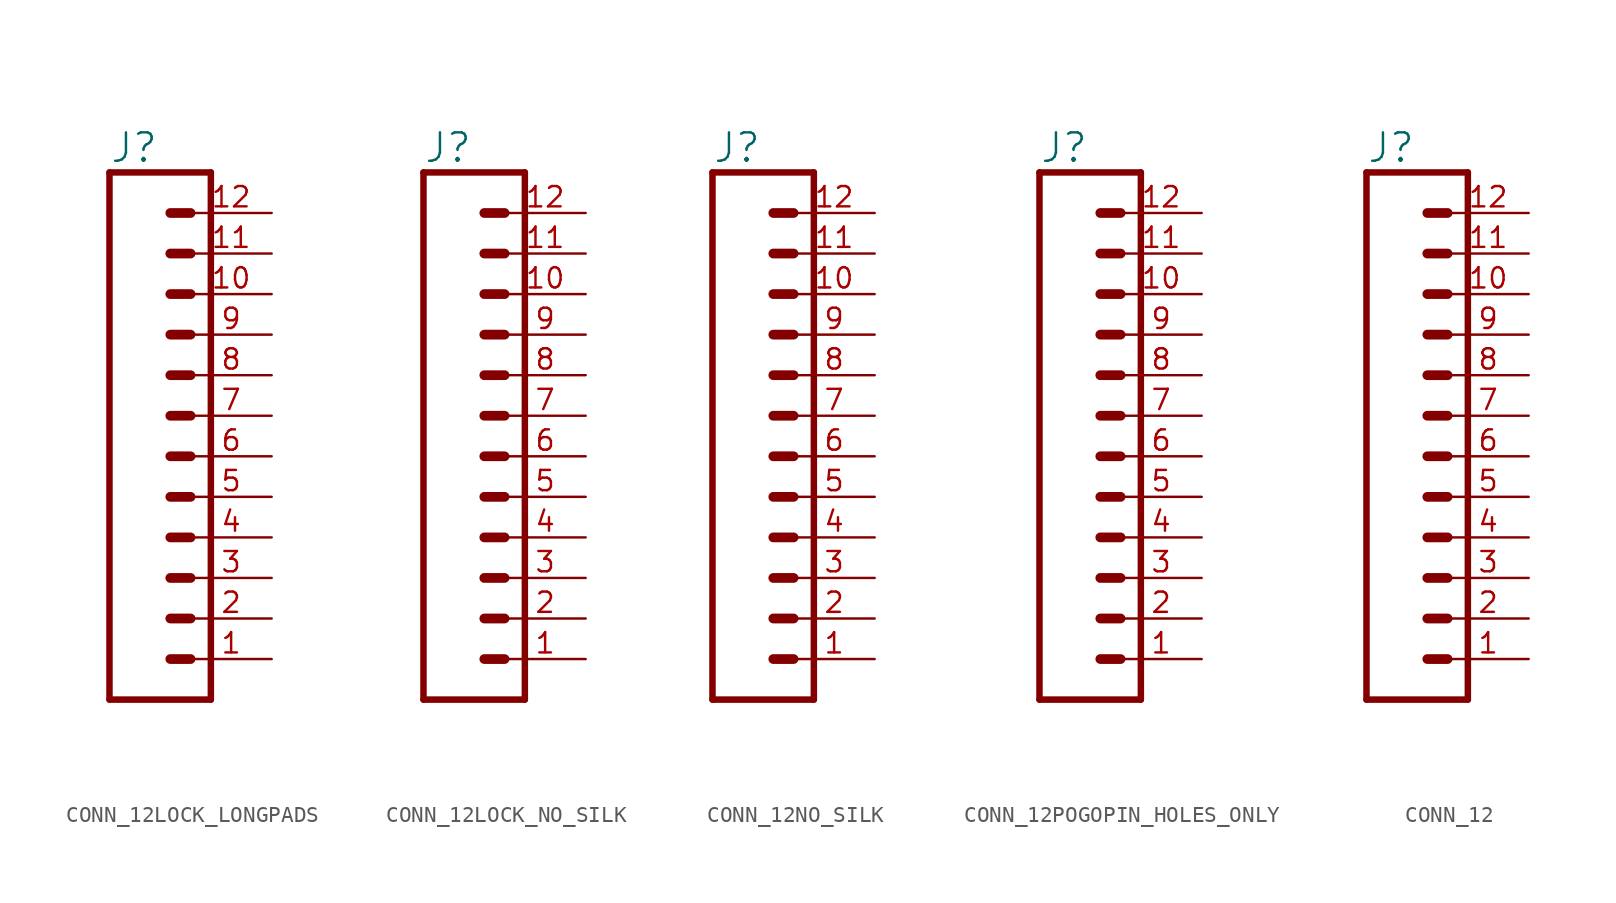
<source format=kicad_sym>
(kicad_symbol_lib
  (version 20231120)
  (generator "kicad_symbol_editor")
  (generator_version "8.0")
  (symbol "CONN_12LOCK_LONGPADS"
    (property "Reference" "J"
      (at 0 15.748 0)
      (effects (font (size 1.778 1.778)) (justify left bottom)))
    (property "Value" ""
      (at 0 -20.066 0)
      (effects (font (size 1.778 1.778)) (justify left bottom)))
    (property "ki_locked" ""
      (at 0 0 0)
      (effects (font (size 1.27 1.27))))
    (symbol "CONN_12LOCK_LONGPADS_1_0"
      (polyline (pts (xy 0 15.24) (xy 0 -17.78)) (stroke (width 0.406) (type solid)) (fill (type none)))
      (polyline (pts (xy 0 15.24) (xy 6.35 15.24)) (stroke (width 0.406) (type solid)) (fill (type none)))
      (polyline (pts (xy 3.81 -15.24) (xy 5.08 -15.24)) (stroke (width 0.61) (type solid)) (fill (type none)))
      (polyline (pts (xy 3.81 -12.7) (xy 5.08 -12.7)) (stroke (width 0.61) (type solid)) (fill (type none)))
      (polyline (pts (xy 3.81 -10.16) (xy 5.08 -10.16)) (stroke (width 0.61) (type solid)) (fill (type none)))
      (polyline (pts (xy 3.81 -7.62) (xy 5.08 -7.62)) (stroke (width 0.61) (type solid)) (fill (type none)))
      (polyline (pts (xy 3.81 -5.08) (xy 5.08 -5.08)) (stroke (width 0.61) (type solid)) (fill (type none)))
      (polyline (pts (xy 3.81 -2.54) (xy 5.08 -2.54)) (stroke (width 0.61) (type solid)) (fill (type none)))
      (polyline (pts (xy 3.81 0) (xy 5.08 0)) (stroke (width 0.61) (type solid)) (fill (type none)))
      (polyline (pts (xy 3.81 2.54) (xy 5.08 2.54)) (stroke (width 0.61) (type solid)) (fill (type none)))
      (polyline (pts (xy 3.81 5.08) (xy 5.08 5.08)) (stroke (width 0.61) (type solid)) (fill (type none)))
      (polyline (pts (xy 3.81 7.62) (xy 5.08 7.62)) (stroke (width 0.61) (type solid)) (fill (type none)))
      (polyline (pts (xy 3.81 10.16) (xy 5.08 10.16)) (stroke (width 0.61) (type solid)) (fill (type none)))
      (polyline (pts (xy 3.81 12.7) (xy 5.08 12.7)) (stroke (width 0.61) (type solid)) (fill (type none)))
      (polyline (pts (xy 6.35 -17.78) (xy 0 -17.78)) (stroke (width 0.406) (type solid)) (fill (type none)))
      (polyline (pts (xy 6.35 -17.78) (xy 6.35 15.24)) (stroke (width 0.406) (type solid)) (fill (type none)))
      (pin passive line (at 10.16 -15.24 180) (length 5.08) (name "1" (effects (font (size 0 0)))) (number "1" (effects (font (size 1.27 1.27)))))
      (pin passive line (at 10.16 7.62 180) (length 5.08) (name "10" (effects (font (size 0 0)))) (number "10" (effects (font (size 1.27 1.27)))))
      (pin passive line (at 10.16 10.16 180) (length 5.08) (name "11" (effects (font (size 0 0)))) (number "11" (effects (font (size 1.27 1.27)))))
      (pin passive line (at 10.16 12.7 180) (length 5.08) (name "12" (effects (font (size 0 0)))) (number "12" (effects (font (size 1.27 1.27)))))
      (pin passive line (at 10.16 -12.7 180) (length 5.08) (name "2" (effects (font (size 0 0)))) (number "2" (effects (font (size 1.27 1.27)))))
      (pin passive line (at 10.16 -10.16 180) (length 5.08) (name "3" (effects (font (size 0 0)))) (number "3" (effects (font (size 1.27 1.27)))))
      (pin passive line (at 10.16 -7.62 180) (length 5.08) (name "4" (effects (font (size 0 0)))) (number "4" (effects (font (size 1.27 1.27)))))
      (pin passive line (at 10.16 -5.08 180) (length 5.08) (name "5" (effects (font (size 0 0)))) (number "5" (effects (font (size 1.27 1.27)))))
      (pin passive line (at 10.16 -2.54 180) (length 5.08) (name "6" (effects (font (size 0 0)))) (number "6" (effects (font (size 1.27 1.27)))))
      (pin passive line (at 10.16 0 180) (length 5.08) (name "7" (effects (font (size 0 0)))) (number "7" (effects (font (size 1.27 1.27)))))
      (pin passive line (at 10.16 2.54 180) (length 5.08) (name "8" (effects (font (size 0 0)))) (number "8" (effects (font (size 1.27 1.27)))))
      (pin passive line (at 10.16 5.08 180) (length 5.08) (name "9" (effects (font (size 0 0)))) (number "9" (effects (font (size 1.27 1.27)))))))
  (symbol "CONN_12LOCK_NO_SILK"
    (property "Reference" "J"
      (at 0 15.748 0)
      (effects (font (size 1.778 1.778)) (justify left bottom)))
    (property "Value" ""
      (at 0 -20.066 0)
      (effects (font (size 1.778 1.778)) (justify left bottom)))
    (property "ki_locked" ""
      (at 0 0 0)
      (effects (font (size 1.27 1.27))))
    (symbol "CONN_12LOCK_NO_SILK_1_0"
      (polyline (pts (xy 0 15.24) (xy 0 -17.78)) (stroke (width 0.406) (type solid)) (fill (type none)))
      (polyline (pts (xy 0 15.24) (xy 6.35 15.24)) (stroke (width 0.406) (type solid)) (fill (type none)))
      (polyline (pts (xy 3.81 -15.24) (xy 5.08 -15.24)) (stroke (width 0.61) (type solid)) (fill (type none)))
      (polyline (pts (xy 3.81 -12.7) (xy 5.08 -12.7)) (stroke (width 0.61) (type solid)) (fill (type none)))
      (polyline (pts (xy 3.81 -10.16) (xy 5.08 -10.16)) (stroke (width 0.61) (type solid)) (fill (type none)))
      (polyline (pts (xy 3.81 -7.62) (xy 5.08 -7.62)) (stroke (width 0.61) (type solid)) (fill (type none)))
      (polyline (pts (xy 3.81 -5.08) (xy 5.08 -5.08)) (stroke (width 0.61) (type solid)) (fill (type none)))
      (polyline (pts (xy 3.81 -2.54) (xy 5.08 -2.54)) (stroke (width 0.61) (type solid)) (fill (type none)))
      (polyline (pts (xy 3.81 0) (xy 5.08 0)) (stroke (width 0.61) (type solid)) (fill (type none)))
      (polyline (pts (xy 3.81 2.54) (xy 5.08 2.54)) (stroke (width 0.61) (type solid)) (fill (type none)))
      (polyline (pts (xy 3.81 5.08) (xy 5.08 5.08)) (stroke (width 0.61) (type solid)) (fill (type none)))
      (polyline (pts (xy 3.81 7.62) (xy 5.08 7.62)) (stroke (width 0.61) (type solid)) (fill (type none)))
      (polyline (pts (xy 3.81 10.16) (xy 5.08 10.16)) (stroke (width 0.61) (type solid)) (fill (type none)))
      (polyline (pts (xy 3.81 12.7) (xy 5.08 12.7)) (stroke (width 0.61) (type solid)) (fill (type none)))
      (polyline (pts (xy 6.35 -17.78) (xy 0 -17.78)) (stroke (width 0.406) (type solid)) (fill (type none)))
      (polyline (pts (xy 6.35 -17.78) (xy 6.35 15.24)) (stroke (width 0.406) (type solid)) (fill (type none)))
      (pin passive line (at 10.16 -15.24 180) (length 5.08) (name "1" (effects (font (size 0 0)))) (number "1" (effects (font (size 1.27 1.27)))))
      (pin passive line (at 10.16 7.62 180) (length 5.08) (name "10" (effects (font (size 0 0)))) (number "10" (effects (font (size 1.27 1.27)))))
      (pin passive line (at 10.16 10.16 180) (length 5.08) (name "11" (effects (font (size 0 0)))) (number "11" (effects (font (size 1.27 1.27)))))
      (pin passive line (at 10.16 12.7 180) (length 5.08) (name "12" (effects (font (size 0 0)))) (number "12" (effects (font (size 1.27 1.27)))))
      (pin passive line (at 10.16 -12.7 180) (length 5.08) (name "2" (effects (font (size 0 0)))) (number "2" (effects (font (size 1.27 1.27)))))
      (pin passive line (at 10.16 -10.16 180) (length 5.08) (name "3" (effects (font (size 0 0)))) (number "3" (effects (font (size 1.27 1.27)))))
      (pin passive line (at 10.16 -7.62 180) (length 5.08) (name "4" (effects (font (size 0 0)))) (number "4" (effects (font (size 1.27 1.27)))))
      (pin passive line (at 10.16 -5.08 180) (length 5.08) (name "5" (effects (font (size 0 0)))) (number "5" (effects (font (size 1.27 1.27)))))
      (pin passive line (at 10.16 -2.54 180) (length 5.08) (name "6" (effects (font (size 0 0)))) (number "6" (effects (font (size 1.27 1.27)))))
      (pin passive line (at 10.16 0 180) (length 5.08) (name "7" (effects (font (size 0 0)))) (number "7" (effects (font (size 1.27 1.27)))))
      (pin passive line (at 10.16 2.54 180) (length 5.08) (name "8" (effects (font (size 0 0)))) (number "8" (effects (font (size 1.27 1.27)))))
      (pin passive line (at 10.16 5.08 180) (length 5.08) (name "9" (effects (font (size 0 0)))) (number "9" (effects (font (size 1.27 1.27)))))))
  (symbol "CONN_12NO_SILK"
    (property "Reference" "J"
      (at 0 15.748 0)
      (effects (font (size 1.778 1.778)) (justify left bottom)))
    (property "Value" ""
      (at 0 -20.066 0)
      (effects (font (size 1.778 1.778)) (justify left bottom)))
    (property "ki_locked" ""
      (at 0 0 0)
      (effects (font (size 1.27 1.27))))
    (symbol "CONN_12NO_SILK_1_0"
      (polyline (pts (xy 0 15.24) (xy 0 -17.78)) (stroke (width 0.406) (type solid)) (fill (type none)))
      (polyline (pts (xy 0 15.24) (xy 6.35 15.24)) (stroke (width 0.406) (type solid)) (fill (type none)))
      (polyline (pts (xy 3.81 -15.24) (xy 5.08 -15.24)) (stroke (width 0.61) (type solid)) (fill (type none)))
      (polyline (pts (xy 3.81 -12.7) (xy 5.08 -12.7)) (stroke (width 0.61) (type solid)) (fill (type none)))
      (polyline (pts (xy 3.81 -10.16) (xy 5.08 -10.16)) (stroke (width 0.61) (type solid)) (fill (type none)))
      (polyline (pts (xy 3.81 -7.62) (xy 5.08 -7.62)) (stroke (width 0.61) (type solid)) (fill (type none)))
      (polyline (pts (xy 3.81 -5.08) (xy 5.08 -5.08)) (stroke (width 0.61) (type solid)) (fill (type none)))
      (polyline (pts (xy 3.81 -2.54) (xy 5.08 -2.54)) (stroke (width 0.61) (type solid)) (fill (type none)))
      (polyline (pts (xy 3.81 0) (xy 5.08 0)) (stroke (width 0.61) (type solid)) (fill (type none)))
      (polyline (pts (xy 3.81 2.54) (xy 5.08 2.54)) (stroke (width 0.61) (type solid)) (fill (type none)))
      (polyline (pts (xy 3.81 5.08) (xy 5.08 5.08)) (stroke (width 0.61) (type solid)) (fill (type none)))
      (polyline (pts (xy 3.81 7.62) (xy 5.08 7.62)) (stroke (width 0.61) (type solid)) (fill (type none)))
      (polyline (pts (xy 3.81 10.16) (xy 5.08 10.16)) (stroke (width 0.61) (type solid)) (fill (type none)))
      (polyline (pts (xy 3.81 12.7) (xy 5.08 12.7)) (stroke (width 0.61) (type solid)) (fill (type none)))
      (polyline (pts (xy 6.35 -17.78) (xy 0 -17.78)) (stroke (width 0.406) (type solid)) (fill (type none)))
      (polyline (pts (xy 6.35 -17.78) (xy 6.35 15.24)) (stroke (width 0.406) (type solid)) (fill (type none)))
      (pin passive line (at 10.16 -15.24 180) (length 5.08) (name "1" (effects (font (size 0 0)))) (number "1" (effects (font (size 1.27 1.27)))))
      (pin passive line (at 10.16 7.62 180) (length 5.08) (name "10" (effects (font (size 0 0)))) (number "10" (effects (font (size 1.27 1.27)))))
      (pin passive line (at 10.16 10.16 180) (length 5.08) (name "11" (effects (font (size 0 0)))) (number "11" (effects (font (size 1.27 1.27)))))
      (pin passive line (at 10.16 12.7 180) (length 5.08) (name "12" (effects (font (size 0 0)))) (number "12" (effects (font (size 1.27 1.27)))))
      (pin passive line (at 10.16 -12.7 180) (length 5.08) (name "2" (effects (font (size 0 0)))) (number "2" (effects (font (size 1.27 1.27)))))
      (pin passive line (at 10.16 -10.16 180) (length 5.08) (name "3" (effects (font (size 0 0)))) (number "3" (effects (font (size 1.27 1.27)))))
      (pin passive line (at 10.16 -7.62 180) (length 5.08) (name "4" (effects (font (size 0 0)))) (number "4" (effects (font (size 1.27 1.27)))))
      (pin passive line (at 10.16 -5.08 180) (length 5.08) (name "5" (effects (font (size 0 0)))) (number "5" (effects (font (size 1.27 1.27)))))
      (pin passive line (at 10.16 -2.54 180) (length 5.08) (name "6" (effects (font (size 0 0)))) (number "6" (effects (font (size 1.27 1.27)))))
      (pin passive line (at 10.16 0 180) (length 5.08) (name "7" (effects (font (size 0 0)))) (number "7" (effects (font (size 1.27 1.27)))))
      (pin passive line (at 10.16 2.54 180) (length 5.08) (name "8" (effects (font (size 0 0)))) (number "8" (effects (font (size 1.27 1.27)))))
      (pin passive line (at 10.16 5.08 180) (length 5.08) (name "9" (effects (font (size 0 0)))) (number "9" (effects (font (size 1.27 1.27)))))))
  (symbol "CONN_12POGOPIN_HOLES_ONLY"
    (property "Reference" "J"
      (at 0 15.748 0)
      (effects (font (size 1.778 1.778)) (justify left bottom)))
    (property "Value" ""
      (at 0 -20.066 0)
      (effects (font (size 1.778 1.778)) (justify left bottom)))
    (property "ki_locked" ""
      (at 0 0 0)
      (effects (font (size 1.27 1.27))))
    (symbol "CONN_12POGOPIN_HOLES_ONLY_1_0"
      (polyline (pts (xy 0 15.24) (xy 0 -17.78)) (stroke (width 0.406) (type solid)) (fill (type none)))
      (polyline (pts (xy 0 15.24) (xy 6.35 15.24)) (stroke (width 0.406) (type solid)) (fill (type none)))
      (polyline (pts (xy 3.81 -15.24) (xy 5.08 -15.24)) (stroke (width 0.61) (type solid)) (fill (type none)))
      (polyline (pts (xy 3.81 -12.7) (xy 5.08 -12.7)) (stroke (width 0.61) (type solid)) (fill (type none)))
      (polyline (pts (xy 3.81 -10.16) (xy 5.08 -10.16)) (stroke (width 0.61) (type solid)) (fill (type none)))
      (polyline (pts (xy 3.81 -7.62) (xy 5.08 -7.62)) (stroke (width 0.61) (type solid)) (fill (type none)))
      (polyline (pts (xy 3.81 -5.08) (xy 5.08 -5.08)) (stroke (width 0.61) (type solid)) (fill (type none)))
      (polyline (pts (xy 3.81 -2.54) (xy 5.08 -2.54)) (stroke (width 0.61) (type solid)) (fill (type none)))
      (polyline (pts (xy 3.81 0) (xy 5.08 0)) (stroke (width 0.61) (type solid)) (fill (type none)))
      (polyline (pts (xy 3.81 2.54) (xy 5.08 2.54)) (stroke (width 0.61) (type solid)) (fill (type none)))
      (polyline (pts (xy 3.81 5.08) (xy 5.08 5.08)) (stroke (width 0.61) (type solid)) (fill (type none)))
      (polyline (pts (xy 3.81 7.62) (xy 5.08 7.62)) (stroke (width 0.61) (type solid)) (fill (type none)))
      (polyline (pts (xy 3.81 10.16) (xy 5.08 10.16)) (stroke (width 0.61) (type solid)) (fill (type none)))
      (polyline (pts (xy 3.81 12.7) (xy 5.08 12.7)) (stroke (width 0.61) (type solid)) (fill (type none)))
      (polyline (pts (xy 6.35 -17.78) (xy 0 -17.78)) (stroke (width 0.406) (type solid)) (fill (type none)))
      (polyline (pts (xy 6.35 -17.78) (xy 6.35 15.24)) (stroke (width 0.406) (type solid)) (fill (type none)))
      (pin passive line (at 10.16 -15.24 180) (length 5.08) (name "1" (effects (font (size 0 0)))) (number "1" (effects (font (size 1.27 1.27)))))
      (pin passive line (at 10.16 7.62 180) (length 5.08) (name "10" (effects (font (size 0 0)))) (number "10" (effects (font (size 1.27 1.27)))))
      (pin passive line (at 10.16 10.16 180) (length 5.08) (name "11" (effects (font (size 0 0)))) (number "11" (effects (font (size 1.27 1.27)))))
      (pin passive line (at 10.16 12.7 180) (length 5.08) (name "12" (effects (font (size 0 0)))) (number "12" (effects (font (size 1.27 1.27)))))
      (pin passive line (at 10.16 -12.7 180) (length 5.08) (name "2" (effects (font (size 0 0)))) (number "2" (effects (font (size 1.27 1.27)))))
      (pin passive line (at 10.16 -10.16 180) (length 5.08) (name "3" (effects (font (size 0 0)))) (number "3" (effects (font (size 1.27 1.27)))))
      (pin passive line (at 10.16 -7.62 180) (length 5.08) (name "4" (effects (font (size 0 0)))) (number "4" (effects (font (size 1.27 1.27)))))
      (pin passive line (at 10.16 -5.08 180) (length 5.08) (name "5" (effects (font (size 0 0)))) (number "5" (effects (font (size 1.27 1.27)))))
      (pin passive line (at 10.16 -2.54 180) (length 5.08) (name "6" (effects (font (size 0 0)))) (number "6" (effects (font (size 1.27 1.27)))))
      (pin passive line (at 10.16 0 180) (length 5.08) (name "7" (effects (font (size 0 0)))) (number "7" (effects (font (size 1.27 1.27)))))
      (pin passive line (at 10.16 2.54 180) (length 5.08) (name "8" (effects (font (size 0 0)))) (number "8" (effects (font (size 1.27 1.27)))))
      (pin passive line (at 10.16 5.08 180) (length 5.08) (name "9" (effects (font (size 0 0)))) (number "9" (effects (font (size 1.27 1.27)))))))
  (symbol "CONN_12"
    (property "Reference" "J"
      (at 0 15.748 0)
      (effects (font (size 1.778 1.778)) (justify left bottom)))
    (property "Value" ""
      (at 0 -20.066 0)
      (effects (font (size 1.778 1.778)) (justify left bottom)))
    (property "ki_locked" ""
      (at 0 0 0)
      (effects (font (size 1.27 1.27))))
    (symbol "CONN_12_1_0"
      (polyline (pts (xy 0 15.24) (xy 0 -17.78)) (stroke (width 0.406) (type solid)) (fill (type none)))
      (polyline (pts (xy 0 15.24) (xy 6.35 15.24)) (stroke (width 0.406) (type solid)) (fill (type none)))
      (polyline (pts (xy 3.81 -15.24) (xy 5.08 -15.24)) (stroke (width 0.61) (type solid)) (fill (type none)))
      (polyline (pts (xy 3.81 -12.7) (xy 5.08 -12.7)) (stroke (width 0.61) (type solid)) (fill (type none)))
      (polyline (pts (xy 3.81 -10.16) (xy 5.08 -10.16)) (stroke (width 0.61) (type solid)) (fill (type none)))
      (polyline (pts (xy 3.81 -7.62) (xy 5.08 -7.62)) (stroke (width 0.61) (type solid)) (fill (type none)))
      (polyline (pts (xy 3.81 -5.08) (xy 5.08 -5.08)) (stroke (width 0.61) (type solid)) (fill (type none)))
      (polyline (pts (xy 3.81 -2.54) (xy 5.08 -2.54)) (stroke (width 0.61) (type solid)) (fill (type none)))
      (polyline (pts (xy 3.81 0) (xy 5.08 0)) (stroke (width 0.61) (type solid)) (fill (type none)))
      (polyline (pts (xy 3.81 2.54) (xy 5.08 2.54)) (stroke (width 0.61) (type solid)) (fill (type none)))
      (polyline (pts (xy 3.81 5.08) (xy 5.08 5.08)) (stroke (width 0.61) (type solid)) (fill (type none)))
      (polyline (pts (xy 3.81 7.62) (xy 5.08 7.62)) (stroke (width 0.61) (type solid)) (fill (type none)))
      (polyline (pts (xy 3.81 10.16) (xy 5.08 10.16)) (stroke (width 0.61) (type solid)) (fill (type none)))
      (polyline (pts (xy 3.81 12.7) (xy 5.08 12.7)) (stroke (width 0.61) (type solid)) (fill (type none)))
      (polyline (pts (xy 6.35 -17.78) (xy 0 -17.78)) (stroke (width 0.406) (type solid)) (fill (type none)))
      (polyline (pts (xy 6.35 -17.78) (xy 6.35 15.24)) (stroke (width 0.406) (type solid)) (fill (type none)))
      (pin passive line (at 10.16 -15.24 180) (length 5.08) (name "1" (effects (font (size 0 0)))) (number "1" (effects (font (size 1.27 1.27)))))
      (pin passive line (at 10.16 7.62 180) (length 5.08) (name "10" (effects (font (size 0 0)))) (number "10" (effects (font (size 1.27 1.27)))))
      (pin passive line (at 10.16 10.16 180) (length 5.08) (name "11" (effects (font (size 0 0)))) (number "11" (effects (font (size 1.27 1.27)))))
      (pin passive line (at 10.16 12.7 180) (length 5.08) (name "12" (effects (font (size 0 0)))) (number "12" (effects (font (size 1.27 1.27)))))
      (pin passive line (at 10.16 -12.7 180) (length 5.08) (name "2" (effects (font (size 0 0)))) (number "2" (effects (font (size 1.27 1.27)))))
      (pin passive line (at 10.16 -10.16 180) (length 5.08) (name "3" (effects (font (size 0 0)))) (number "3" (effects (font (size 1.27 1.27)))))
      (pin passive line (at 10.16 -7.62 180) (length 5.08) (name "4" (effects (font (size 0 0)))) (number "4" (effects (font (size 1.27 1.27)))))
      (pin passive line (at 10.16 -5.08 180) (length 5.08) (name "5" (effects (font (size 0 0)))) (number "5" (effects (font (size 1.27 1.27)))))
      (pin passive line (at 10.16 -2.54 180) (length 5.08) (name "6" (effects (font (size 0 0)))) (number "6" (effects (font (size 1.27 1.27)))))
      (pin passive line (at 10.16 0 180) (length 5.08) (name "7" (effects (font (size 0 0)))) (number "7" (effects (font (size 1.27 1.27)))))
      (pin passive line (at 10.16 2.54 180) (length 5.08) (name "8" (effects (font (size 0 0)))) (number "8" (effects (font (size 1.27 1.27)))))
      (pin passive line (at 10.16 5.08 180) (length 5.08) (name "9" (effects (font (size 0 0)))) (number "9" (effects (font (size 1.27 1.27))))))))
</source>
